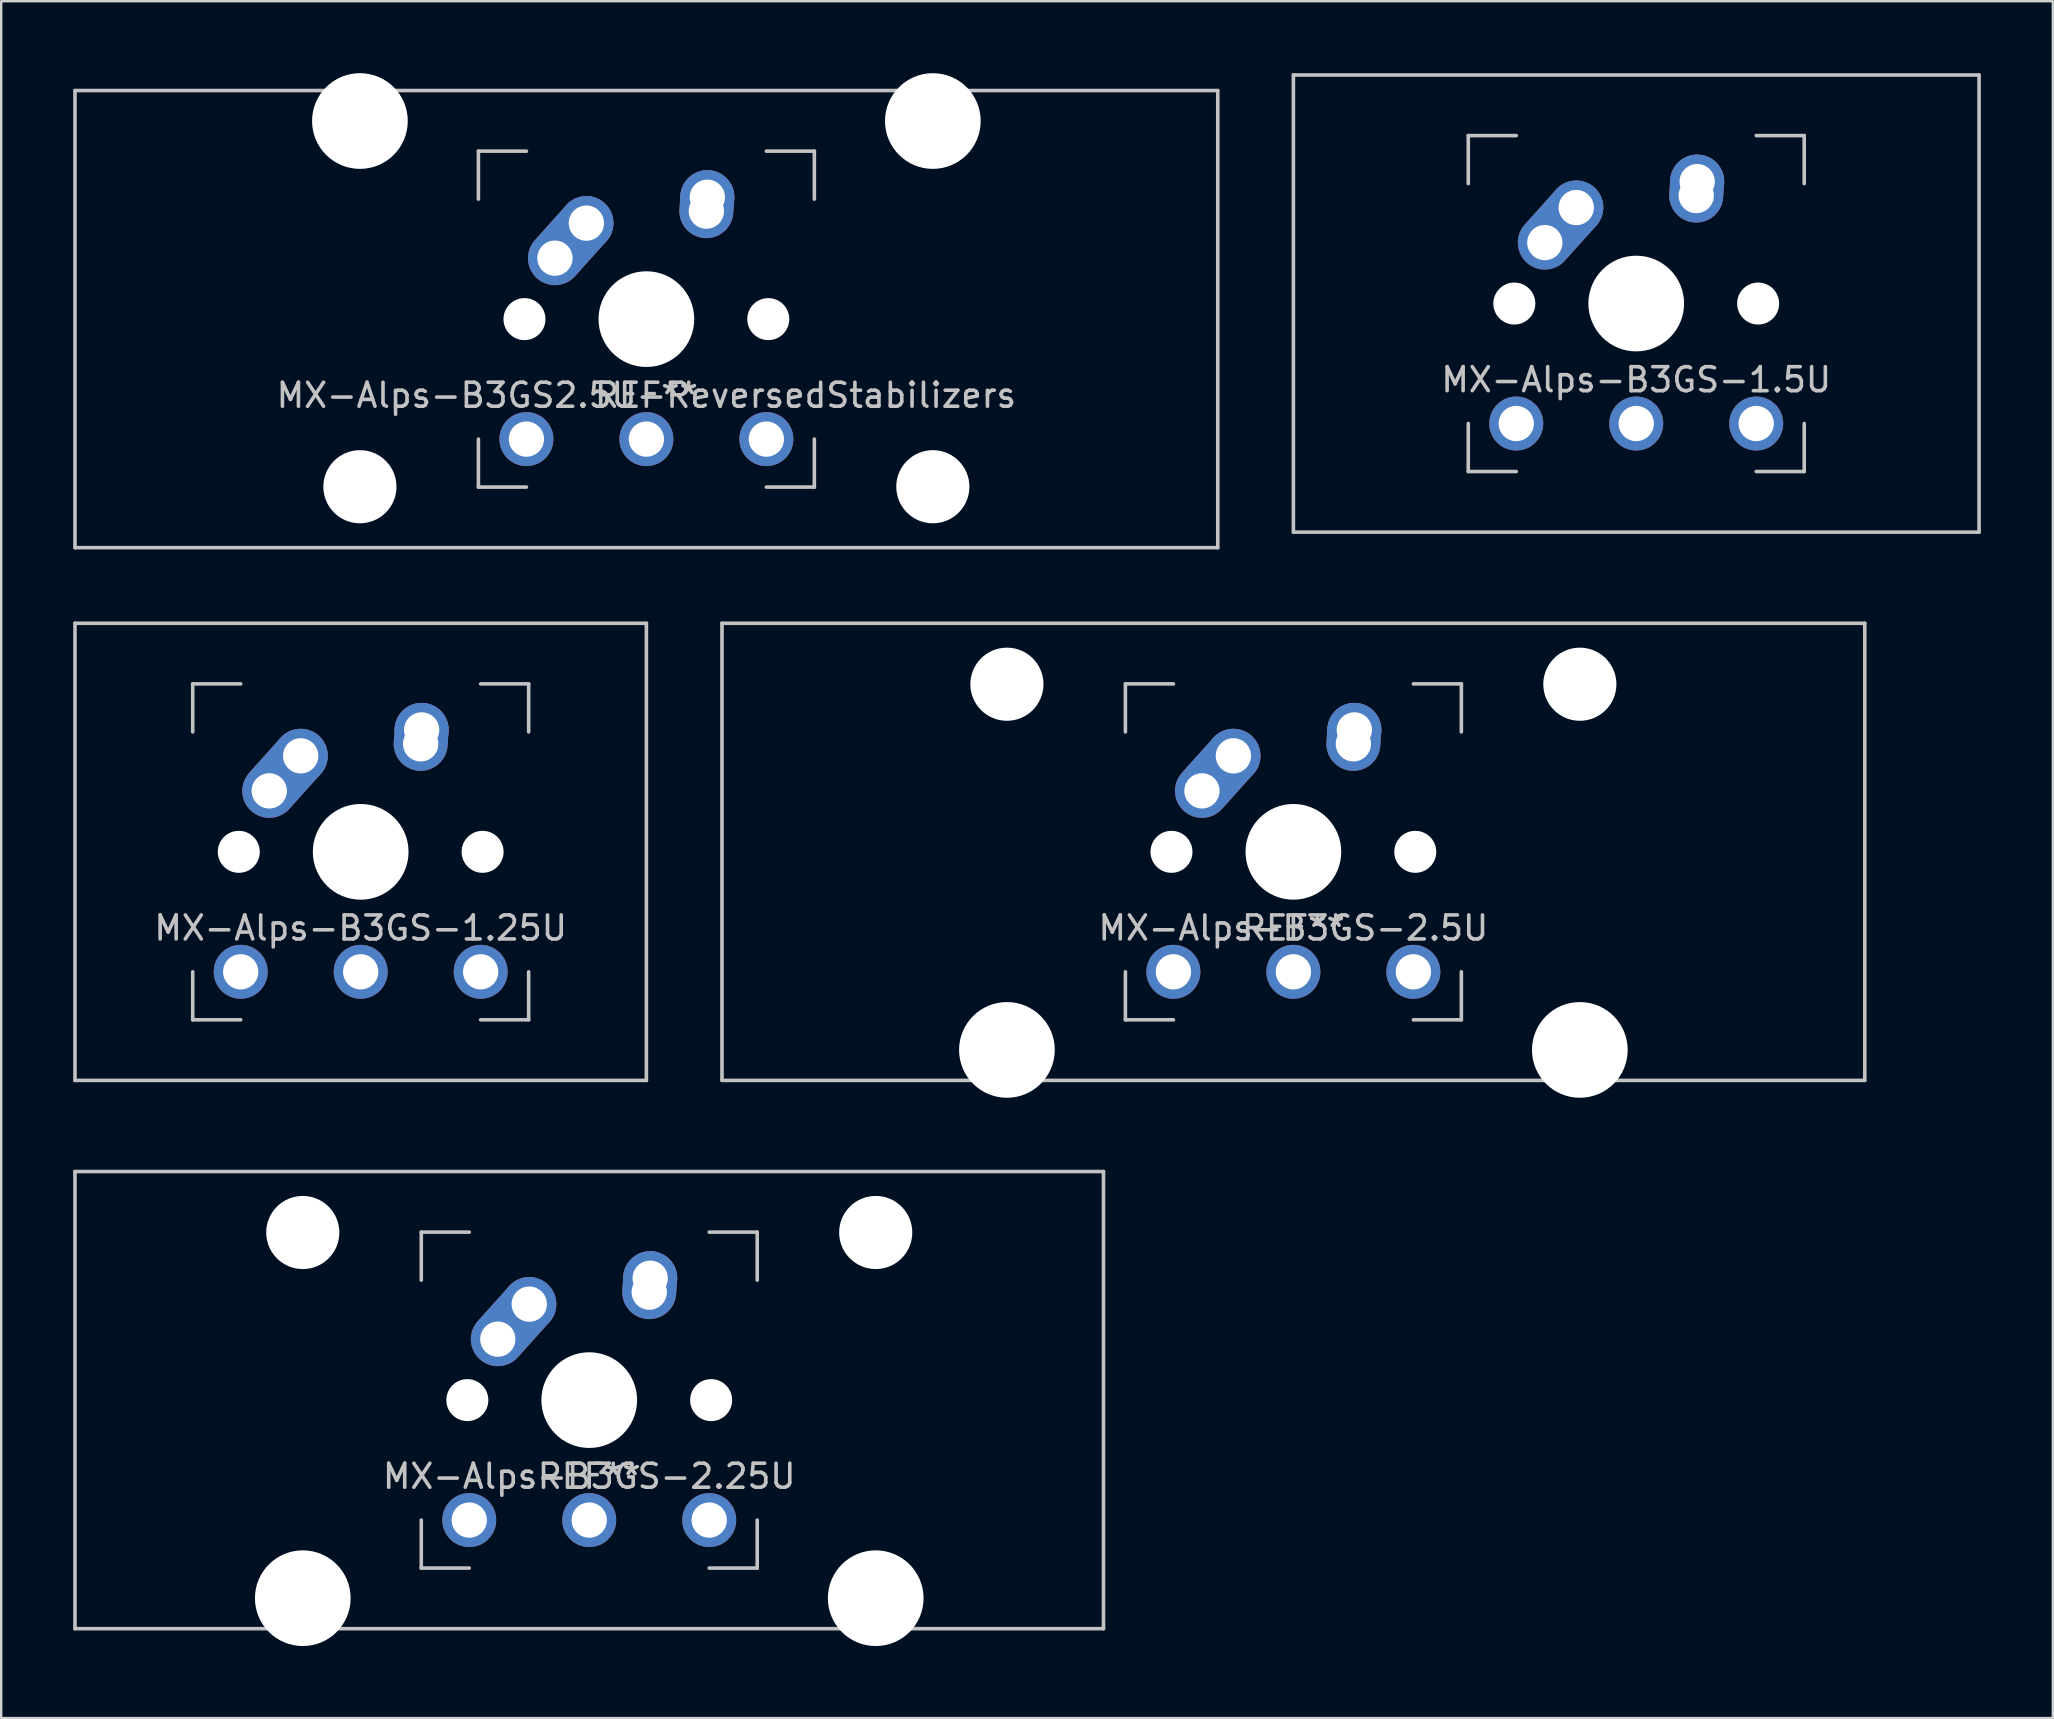
<source format=kicad_pcb>
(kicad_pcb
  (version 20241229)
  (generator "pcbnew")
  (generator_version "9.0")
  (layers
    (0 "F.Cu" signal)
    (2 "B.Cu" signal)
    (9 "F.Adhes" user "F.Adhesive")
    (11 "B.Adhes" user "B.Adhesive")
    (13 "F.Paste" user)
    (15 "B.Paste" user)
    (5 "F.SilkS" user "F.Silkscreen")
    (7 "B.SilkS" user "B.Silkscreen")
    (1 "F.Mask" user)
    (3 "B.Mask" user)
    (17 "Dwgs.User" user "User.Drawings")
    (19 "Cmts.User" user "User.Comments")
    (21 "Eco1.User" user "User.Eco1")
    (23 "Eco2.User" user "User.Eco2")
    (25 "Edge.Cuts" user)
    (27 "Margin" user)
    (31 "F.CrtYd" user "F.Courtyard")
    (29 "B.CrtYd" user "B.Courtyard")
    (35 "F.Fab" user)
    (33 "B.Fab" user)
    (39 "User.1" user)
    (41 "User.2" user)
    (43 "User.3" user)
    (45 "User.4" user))
  (footprint "MX-Alps-B3GS-1.25U"
    (layer "F.Cu")
    (at 11.981 32.449)
    (property "Reference" "MX-Alps-B3GS-1.25U" (at 0 3.175 0) (layer "Dwgs.User") (effects (font (size 1 1) (thickness 0.15))))
    (attr through_hole)
    (fp_line (start -11.906 -9.525) (end 11.906 -9.525) (stroke (width 0.15) (type solid)) (layer "Dwgs.User"))
    (fp_line (start -11.906 9.525) (end -11.906 -9.525) (stroke (width 0.15) (type solid)) (layer "Dwgs.User"))
    (fp_line (start -7 -7) (end -7 -5) (stroke (width 0.15) (type solid)) (layer "Dwgs.User"))
    (fp_line (start -7 5) (end -7 7) (stroke (width 0.15) (type solid)) (layer "Dwgs.User"))
    (fp_line (start -7 7) (end -5 7) (stroke (width 0.15) (type solid)) (layer "Dwgs.User"))
    (fp_line (start -5 -7) (end -7 -7) (stroke (width 0.15) (type solid)) (layer "Dwgs.User"))
    (fp_line (start 5 -7) (end 7 -7) (stroke (width 0.15) (type solid)) (layer "Dwgs.User"))
    (fp_line (start 5 7) (end 7 7) (stroke (width 0.15) (type solid)) (layer "Dwgs.User"))
    (fp_line (start 7 -7) (end 7 -5) (stroke (width 0.15) (type solid)) (layer "Dwgs.User"))
    (fp_line (start 7 7) (end 7 5) (stroke (width 0.15) (type solid)) (layer "Dwgs.User"))
    (fp_line (start 11.906 -9.525) (end 11.906 9.525) (stroke (width 0.15) (type solid)) (layer "Dwgs.User"))
    (fp_line (start 11.906 9.525) (end -11.906 9.525) (stroke (width 0.15) (type solid)) (layer "Dwgs.User"))
    (pad "" np_thru_hole circle (at -5.08 0 48.1) (size 1.75 1.75) (drill 1.75) (layers "*.Cu" "*.Mask"))
    (pad "" np_thru_hole circle (at 0 0) (size 3.988 3.988) (drill 3.988) (layers "*.Cu" "*.Mask"))
    (pad "" np_thru_hole circle (at 5.08 0 48.1) (size 1.75 1.75) (drill 1.75) (layers "*.Cu" "*.Mask"))
    (pad "1" thru_hole circle (at -5 5) (size 2.25 2.25) (drill 1.47) (layers "*.Cu" "B.Mask"))
    (pad "1" thru_hole oval (at -3.81 -2.54 48.1) (size 4.212 2.25) (drill 1.47 (offset 0.981 0)) (layers "*.Cu" "B.Mask"))
    (pad "1" thru_hole circle (at -2.5 -4) (size 2.25 2.25) (drill 1.47) (layers "*.Cu" "B.Mask"))
    (pad "1" thru_hole circle (at 5 5 180) (size 2.25 2.25) (drill 1.47) (layers "*.Cu" "B.Mask"))
    (pad "2" thru_hole circle (at 0 5 180) (size 2.25 2.25) (drill 1.47) (layers "*.Cu" "B.Mask"))
    (pad "2" thru_hole oval (at 2.5 -4.5 86.055) (size 2.831 2.25) (drill 1.47 (offset 0.291 0)) (layers "*.Cu" "B.Mask"))
    (pad "2" thru_hole circle (at 2.54 -5.08) (size 2.25 2.25) (drill 1.47) (layers "*.Cu" "B.Mask")))
  (footprint "MX-Alps-B3GS-1.5U"
    (layer "F.Cu")
    (at 65.138 9.6)
    (property "Reference" "MX-Alps-B3GS-1.5U" (at 0 3.175 0) (layer "Dwgs.User") (effects (font (size 1 1) (thickness 0.15))))
    (attr through_hole)
    (fp_line (start -14.287 -9.525) (end 14.287 -9.525) (stroke (width 0.15) (type solid)) (layer "Dwgs.User"))
    (fp_line (start -14.287 9.525) (end -14.287 -9.525) (stroke (width 0.15) (type solid)) (layer "Dwgs.User"))
    (fp_line (start -7 -7) (end -7 -5) (stroke (width 0.15) (type solid)) (layer "Dwgs.User"))
    (fp_line (start -7 5) (end -7 7) (stroke (width 0.15) (type solid)) (layer "Dwgs.User"))
    (fp_line (start -7 7) (end -5 7) (stroke (width 0.15) (type solid)) (layer "Dwgs.User"))
    (fp_line (start -5 -7) (end -7 -7) (stroke (width 0.15) (type solid)) (layer "Dwgs.User"))
    (fp_line (start 5 -7) (end 7 -7) (stroke (width 0.15) (type solid)) (layer "Dwgs.User"))
    (fp_line (start 5 7) (end 7 7) (stroke (width 0.15) (type solid)) (layer "Dwgs.User"))
    (fp_line (start 7 -7) (end 7 -5) (stroke (width 0.15) (type solid)) (layer "Dwgs.User"))
    (fp_line (start 7 7) (end 7 5) (stroke (width 0.15) (type solid)) (layer "Dwgs.User"))
    (fp_line (start 14.287 -9.525) (end 14.287 9.525) (stroke (width 0.15) (type solid)) (layer "Dwgs.User"))
    (fp_line (start 14.287 9.525) (end -14.287 9.525) (stroke (width 0.15) (type solid)) (layer "Dwgs.User"))
    (pad "" np_thru_hole circle (at -5.08 0 48.1) (size 1.75 1.75) (drill 1.75) (layers "*.Cu" "*.Mask"))
    (pad "" np_thru_hole circle (at 0 0) (size 3.988 3.988) (drill 3.988) (layers "*.Cu" "*.Mask"))
    (pad "" np_thru_hole circle (at 5.08 0 48.1) (size 1.75 1.75) (drill 1.75) (layers "*.Cu" "*.Mask"))
    (pad "1" thru_hole circle (at -5 5) (size 2.25 2.25) (drill 1.47) (layers "*.Cu" "B.Mask"))
    (pad "1" thru_hole oval (at -3.81 -2.54 48.1) (size 4.212 2.25) (drill 1.47 (offset 0.981 0)) (layers "*.Cu" "B.Mask"))
    (pad "1" thru_hole circle (at -2.5 -4) (size 2.25 2.25) (drill 1.47) (layers "*.Cu" "B.Mask"))
    (pad "1" thru_hole circle (at 5 5 180) (size 2.25 2.25) (drill 1.47) (layers "*.Cu" "B.Mask"))
    (pad "2" thru_hole circle (at 0 5 180) (size 2.25 2.25) (drill 1.47) (layers "*.Cu" "B.Mask"))
    (pad "2" thru_hole oval (at 2.5 -4.5 86.055) (size 2.831 2.25) (drill 1.47 (offset 0.291 0)) (layers "*.Cu" "B.Mask"))
    (pad "2" thru_hole circle (at 2.54 -5.08) (size 2.25 2.25) (drill 1.47) (layers "*.Cu" "B.Mask")))
  (footprint "MX-Alps-B3GS-2.25U"
    (layer "F.Cu")
    (at 21.506 55.298)
    (property "Reference" "MX-Alps-B3GS-2.25U" (at 0 3.175 0) (layer "Dwgs.User") (effects (font (size 1 1) (thickness 0.15))))
    (attr through_hole)
    (fp_line (start -21.431 -9.525) (end 21.431 -9.525) (stroke (width 0.15) (type solid)) (layer "Dwgs.User"))
    (fp_line (start -21.431 9.525) (end -21.431 -9.525) (stroke (width 0.15) (type solid)) (layer "Dwgs.User"))
    (fp_line (start -21.431 9.525) (end 21.431 9.525) (stroke (width 0.15) (type solid)) (layer "Dwgs.User"))
    (fp_line (start -7 -7) (end -7 -5) (stroke (width 0.15) (type solid)) (layer "Dwgs.User"))
    (fp_line (start -7 5) (end -7 7) (stroke (width 0.15) (type solid)) (layer "Dwgs.User"))
    (fp_line (start -7 7) (end -5 7) (stroke (width 0.15) (type solid)) (layer "Dwgs.User"))
    (fp_line (start -5 -7) (end -7 -7) (stroke (width 0.15) (type solid)) (layer "Dwgs.User"))
    (fp_line (start 5 -7) (end 7 -7) (stroke (width 0.15) (type solid)) (layer "Dwgs.User"))
    (fp_line (start 5 7) (end 7 7) (stroke (width 0.15) (type solid)) (layer "Dwgs.User"))
    (fp_line (start 7 -7) (end 7 -5) (stroke (width 0.15) (type solid)) (layer "Dwgs.User"))
    (fp_line (start 7 7) (end 7 5) (stroke (width 0.15) (type solid)) (layer "Dwgs.User"))
    (fp_line (start 21.431 -9.525) (end 21.431 9.525) (stroke (width 0.15) (type solid)) (layer "Dwgs.User"))
    (fp_text user "REF**" (at 0 3.175 0) (layer "Dwgs.User") (effects (font (size 1 1) (thickness 0.15))))
    (pad "" np_thru_hole circle (at -11.938 -6.985) (size 3.048 3.048) (drill 3.048) (layers "*.Cu" "*.Mask"))
    (pad "" np_thru_hole circle (at -11.938 8.255) (size 3.988 3.988) (drill 3.988) (layers "*.Cu" "*.Mask"))
    (pad "" np_thru_hole circle (at -5.08 0 48.1) (size 1.75 1.75) (drill 1.75) (layers "*.Cu" "*.Mask"))
    (pad "" np_thru_hole circle (at 0 0) (size 3.988 3.988) (drill 3.988) (layers "*.Cu" "*.Mask"))
    (pad "" np_thru_hole circle (at 5.08 0 48.1) (size 1.75 1.75) (drill 1.75) (layers "*.Cu" "*.Mask"))
    (pad "" np_thru_hole circle (at 11.938 -6.985) (size 3.048 3.048) (drill 3.048) (layers "*.Cu" "*.Mask"))
    (pad "" np_thru_hole circle (at 11.938 8.255) (size 3.988 3.988) (drill 3.988) (layers "*.Cu" "*.Mask"))
    (pad "1" thru_hole circle (at -5 5) (size 2.25 2.25) (drill 1.47) (layers "*.Cu" "B.Mask"))
    (pad "1" thru_hole oval (at -3.81 -2.54 48.1) (size 4.212 2.25) (drill 1.47 (offset 0.981 0)) (layers "*.Cu" "B.Mask"))
    (pad "1" thru_hole circle (at -2.5 -4) (size 2.25 2.25) (drill 1.47) (layers "*.Cu" "B.Mask"))
    (pad "1" thru_hole circle (at 5 5 180) (size 2.25 2.25) (drill 1.47) (layers "*.Cu" "B.Mask"))
    (pad "2" thru_hole circle (at 0 5 180) (size 2.25 2.25) (drill 1.47) (layers "*.Cu" "B.Mask"))
    (pad "2" thru_hole oval (at 2.5 -4.5 86.055) (size 2.831 2.25) (drill 1.47 (offset 0.291 0)) (layers "*.Cu" "B.Mask"))
    (pad "2" thru_hole circle (at 2.54 -5.08) (size 2.25 2.25) (drill 1.47) (layers "*.Cu" "B.Mask")))
  (footprint "MX-Alps-B3GS-2.5U"
    (layer "F.Cu")
    (at 50.85 32.449)
    (property "Reference" "MX-Alps-B3GS-2.5U" (at 0 3.175 0) (layer "Dwgs.User") (effects (font (size 1 1) (thickness 0.15))))
    (attr through_hole)
    (fp_line (start -23.812 -9.525) (end 23.812 -9.525) (stroke (width 0.15) (type solid)) (layer "Dwgs.User"))
    (fp_line (start -23.812 9.525) (end -23.812 -9.525) (stroke (width 0.15) (type solid)) (layer "Dwgs.User"))
    (fp_line (start -23.812 9.525) (end 23.812 9.525) (stroke (width 0.15) (type solid)) (layer "Dwgs.User"))
    (fp_line (start -7 -7) (end -7 -5) (stroke (width 0.15) (type solid)) (layer "Dwgs.User"))
    (fp_line (start -7 5) (end -7 7) (stroke (width 0.15) (type solid)) (layer "Dwgs.User"))
    (fp_line (start -7 7) (end -5 7) (stroke (width 0.15) (type solid)) (layer "Dwgs.User"))
    (fp_line (start -5 -7) (end -7 -7) (stroke (width 0.15) (type solid)) (layer "Dwgs.User"))
    (fp_line (start 5 -7) (end 7 -7) (stroke (width 0.15) (type solid)) (layer "Dwgs.User"))
    (fp_line (start 5 7) (end 7 7) (stroke (width 0.15) (type solid)) (layer "Dwgs.User"))
    (fp_line (start 7 -7) (end 7 -5) (stroke (width 0.15) (type solid)) (layer "Dwgs.User"))
    (fp_line (start 7 7) (end 7 5) (stroke (width 0.15) (type solid)) (layer "Dwgs.User"))
    (fp_line (start 23.812 -9.525) (end 23.812 9.525) (stroke (width 0.15) (type solid)) (layer "Dwgs.User"))
    (fp_text user "REF**" (at 0 3.175 0) (layer "Dwgs.User") (effects (font (size 1 1) (thickness 0.15))))
    (pad "" np_thru_hole circle (at -11.938 -6.985) (size 3.048 3.048) (drill 3.048) (layers "*.Cu" "*.Mask"))
    (pad "" np_thru_hole circle (at -11.938 8.255) (size 3.988 3.988) (drill 3.988) (layers "*.Cu" "*.Mask"))
    (pad "" np_thru_hole circle (at -5.08 0 48.1) (size 1.75 1.75) (drill 1.75) (layers "*.Cu" "*.Mask"))
    (pad "" np_thru_hole circle (at 0 0) (size 3.988 3.988) (drill 3.988) (layers "*.Cu" "*.Mask"))
    (pad "" np_thru_hole circle (at 5.08 0 48.1) (size 1.75 1.75) (drill 1.75) (layers "*.Cu" "*.Mask"))
    (pad "" np_thru_hole circle (at 11.938 -6.985) (size 3.048 3.048) (drill 3.048) (layers "*.Cu" "*.Mask"))
    (pad "" np_thru_hole circle (at 11.938 8.255) (size 3.988 3.988) (drill 3.988) (layers "*.Cu" "*.Mask"))
    (pad "1" thru_hole circle (at -5 5) (size 2.25 2.25) (drill 1.47) (layers "*.Cu" "B.Mask"))
    (pad "1" thru_hole oval (at -3.81 -2.54 48.1) (size 4.212 2.25) (drill 1.47 (offset 0.981 0)) (layers "*.Cu" "B.Mask"))
    (pad "1" thru_hole circle (at -2.5 -4) (size 2.25 2.25) (drill 1.47) (layers "*.Cu" "B.Mask"))
    (pad "1" thru_hole circle (at 5 5 180) (size 2.25 2.25) (drill 1.47) (layers "*.Cu" "B.Mask"))
    (pad "2" thru_hole circle (at 0 5 180) (size 2.25 2.25) (drill 1.47) (layers "*.Cu" "B.Mask"))
    (pad "2" thru_hole oval (at 2.5 -4.5 86.055) (size 2.831 2.25) (drill 1.47 (offset 0.291 0)) (layers "*.Cu" "B.Mask"))
    (pad "2" thru_hole circle (at 2.54 -5.08) (size 2.25 2.25) (drill 1.47) (layers "*.Cu" "B.Mask")))
  (footprint "MX-Alps-B3GS2.5U-ReversedStabilizers"
    (layer "F.Cu")
    (at 23.887 10.249)
    (property "Reference" "MX-Alps-B3GS2.5U-ReversedStabilizers" (at 0 3.175 0) (layer "Dwgs.User") (effects (font (size 1 1) (thickness 0.15))))
    (attr through_hole)
    (fp_line (start -23.812 -9.525) (end 23.812 -9.525) (stroke (width 0.15) (type solid)) (layer "Dwgs.User"))
    (fp_line (start -23.812 9.525) (end -23.812 -9.525) (stroke (width 0.15) (type solid)) (layer "Dwgs.User"))
    (fp_line (start -23.812 9.525) (end 23.812 9.525) (stroke (width 0.15) (type solid)) (layer "Dwgs.User"))
    (fp_line (start -7 -7) (end -7 -5) (stroke (width 0.15) (type solid)) (layer "Dwgs.User"))
    (fp_line (start -7 5) (end -7 7) (stroke (width 0.15) (type solid)) (layer "Dwgs.User"))
    (fp_line (start -7 7) (end -5 7) (stroke (width 0.15) (type solid)) (layer "Dwgs.User"))
    (fp_line (start -5 -7) (end -7 -7) (stroke (width 0.15) (type solid)) (layer "Dwgs.User"))
    (fp_line (start 5 -7) (end 7 -7) (stroke (width 0.15) (type solid)) (layer "Dwgs.User"))
    (fp_line (start 5 7) (end 7 7) (stroke (width 0.15) (type solid)) (layer "Dwgs.User"))
    (fp_line (start 7 -7) (end 7 -5) (stroke (width 0.15) (type solid)) (layer "Dwgs.User"))
    (fp_line (start 7 7) (end 7 5) (stroke (width 0.15) (type solid)) (layer "Dwgs.User"))
    (fp_line (start 23.812 -9.525) (end 23.812 9.525) (stroke (width 0.15) (type solid)) (layer "Dwgs.User"))
    (fp_text user "REF**" (at 0 3.175 0) (layer "Dwgs.User") (effects (font (size 1 1) (thickness 0.15))))
    (pad "" np_thru_hole circle (at -11.938 -8.255) (size 3.988 3.988) (drill 3.988) (layers "*.Cu" "*.Mask"))
    (pad "" np_thru_hole circle (at -11.938 6.985) (size 3.048 3.048) (drill 3.048) (layers "*.Cu" "*.Mask"))
    (pad "" np_thru_hole circle (at -5.08 0 48.1) (size 1.75 1.75) (drill 1.75) (layers "*.Cu" "*.Mask"))
    (pad "" np_thru_hole circle (at 0 0) (size 3.988 3.988) (drill 3.988) (layers "*.Cu" "*.Mask"))
    (pad "" np_thru_hole circle (at 5.08 0 48.1) (size 1.75 1.75) (drill 1.75) (layers "*.Cu" "*.Mask"))
    (pad "" np_thru_hole circle (at 11.938 -8.255) (size 3.988 3.988) (drill 3.988) (layers "*.Cu" "*.Mask"))
    (pad "" np_thru_hole circle (at 11.938 6.985) (size 3.048 3.048) (drill 3.048) (layers "*.Cu" "*.Mask"))
    (pad "1" thru_hole circle (at -5 5) (size 2.25 2.25) (drill 1.47) (layers "*.Cu" "B.Mask"))
    (pad "1" thru_hole oval (at -3.81 -2.54 48.1) (size 4.212 2.25) (drill 1.47 (offset 0.981 0)) (layers "*.Cu" "B.Mask"))
    (pad "1" thru_hole circle (at -2.5 -4) (size 2.25 2.25) (drill 1.47) (layers "*.Cu" "B.Mask"))
    (pad "1" thru_hole circle (at 5 5 180) (size 2.25 2.25) (drill 1.47) (layers "*.Cu" "B.Mask"))
    (pad "2" thru_hole circle (at 0 5 180) (size 2.25 2.25) (drill 1.47) (layers "*.Cu" "B.Mask"))
    (pad "2" thru_hole oval (at 2.5 -4.5 86.055) (size 2.831 2.25) (drill 1.47 (offset 0.291 0)) (layers "*.Cu" "B.Mask"))
    (pad "2" thru_hole circle (at 2.54 -5.08) (size 2.25 2.25) (drill 1.47) (layers "*.Cu" "B.Mask")))
  (gr_rect
    (start -3 -3)
    (end 82.5 68.547)
    (stroke (width 0.1) (type default))
    (fill no)
    (layer "Edge.Cuts")))
</source>
